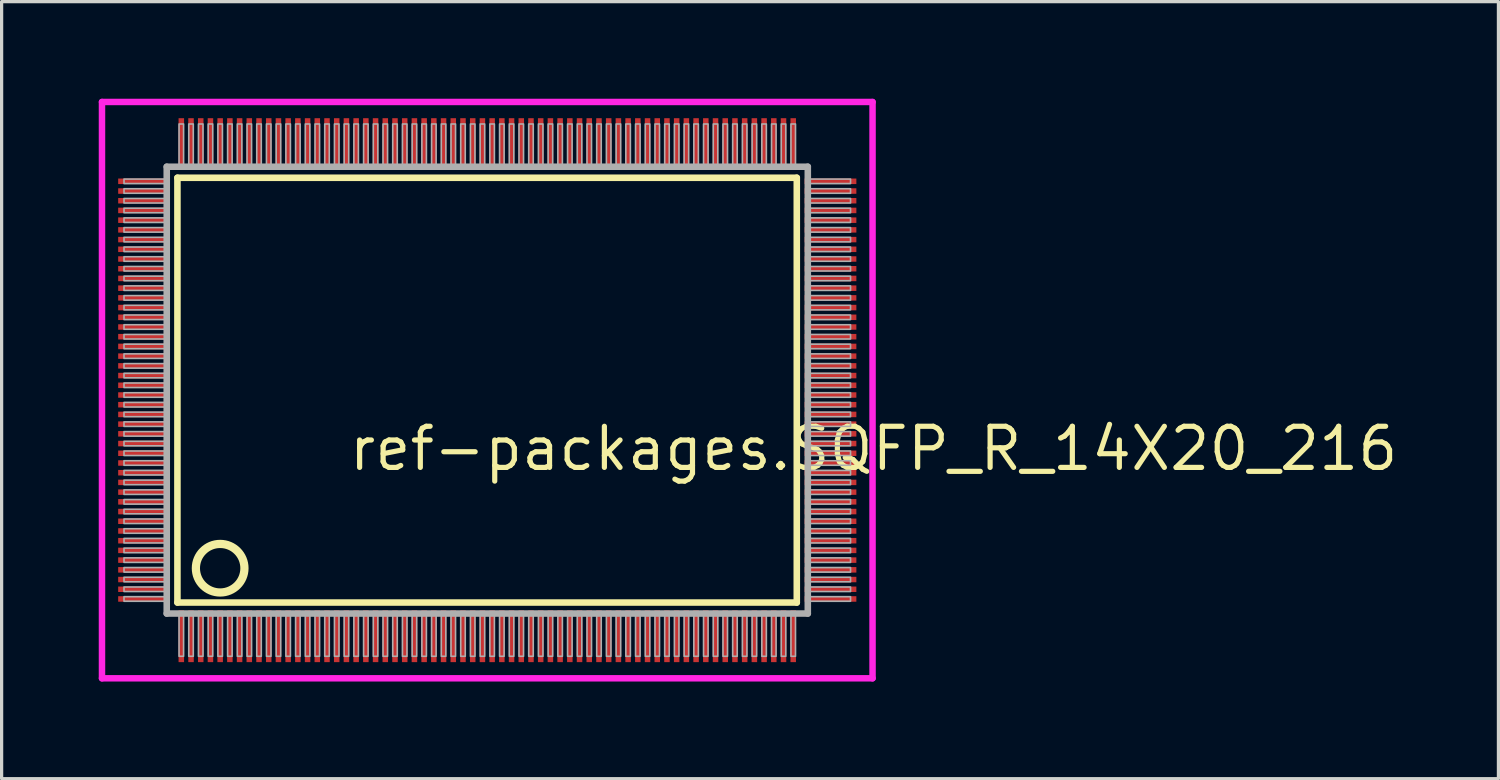
<source format=kicad_pcb>
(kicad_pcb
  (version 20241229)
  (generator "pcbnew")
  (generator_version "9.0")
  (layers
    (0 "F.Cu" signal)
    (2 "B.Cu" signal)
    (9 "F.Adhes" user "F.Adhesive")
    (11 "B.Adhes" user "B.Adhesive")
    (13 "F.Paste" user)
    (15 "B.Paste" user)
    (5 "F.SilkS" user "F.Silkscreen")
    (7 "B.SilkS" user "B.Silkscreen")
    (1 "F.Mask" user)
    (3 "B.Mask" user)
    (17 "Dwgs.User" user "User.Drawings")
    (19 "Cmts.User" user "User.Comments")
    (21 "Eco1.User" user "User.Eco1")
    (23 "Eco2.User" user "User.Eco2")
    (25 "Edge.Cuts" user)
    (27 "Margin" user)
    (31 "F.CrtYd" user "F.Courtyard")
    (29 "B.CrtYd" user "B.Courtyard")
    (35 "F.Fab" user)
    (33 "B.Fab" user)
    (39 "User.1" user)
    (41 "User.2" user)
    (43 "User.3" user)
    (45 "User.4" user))
  (footprint "ref-packages.SQFP_R_14X20_216"
    (layer "F.Cu")
    (at 12 9)
    (property "Reference" "ref-packages.SQFP_R_14X20_216" (at -4.35 2.55 0) (layer "F.SilkS") (effects (font (size 1.27 1.27) (thickness 0.16)) (justify left bottom)))
    (attr smd)
    (fp_line (start -9.57 -6.56) (end 9.56 -6.56) (stroke (width 0.203) (type default)) (layer "F.SilkS"))
    (fp_line (start -9.57 6.56) (end -9.57 -6.56) (stroke (width 0.203) (type default)) (layer "F.SilkS"))
    (fp_line (start 9.56 -6.56) (end 9.56 6.56) (stroke (width 0.203) (type default)) (layer "F.SilkS"))
    (fp_line (start 9.56 6.56) (end -9.57 6.56) (stroke (width 0.203) (type default)) (layer "F.SilkS"))
    (fp_circle (center -8.25 5.5) (end -7.5 5.5) (stroke (width 0.254) (type default)) (fill no) (layer "F.SilkS"))
    (fp_line (start -11.9 -8.9) (end 11.9 -8.9) (stroke (width 0.2) (type default)) (layer "F.CrtYd"))
    (fp_line (start -11.9 8.9) (end -11.9 -8.9) (stroke (width 0.2) (type default)) (layer "F.CrtYd"))
    (fp_line (start 11.9 -8.9) (end 11.9 8.9) (stroke (width 0.2) (type default)) (layer "F.CrtYd"))
    (fp_line (start 11.9 8.9) (end -11.9 8.9) (stroke (width 0.2) (type default)) (layer "F.CrtYd"))
    (fp_line (start -9.9 -6.9) (end -9.9 6.9) (stroke (width 0.203) (type default)) (layer "F.Fab"))
    (fp_line (start -9.9 6.9) (end 9.9 6.9) (stroke (width 0.203) (type default)) (layer "F.Fab"))
    (fp_line (start 9.9 -6.9) (end -9.9 -6.9) (stroke (width 0.203) (type default)) (layer "F.Fab"))
    (fp_line (start 9.9 6.9) (end 9.9 -6.9) (stroke (width 0.203) (type default)) (layer "F.Fab"))
    (fp_rect (start -11.22 -6.38) (end -9.95 -6.52) (stroke (width 0.05) (type default)) (fill no) (layer "F.Fab"))
    (fp_rect (start -11.22 -6.08) (end -9.95 -6.22) (stroke (width 0.05) (type default)) (fill no) (layer "F.Fab"))
    (fp_rect (start -11.22 -5.78) (end -9.95 -5.92) (stroke (width 0.05) (type default)) (fill no) (layer "F.Fab"))
    (fp_rect (start -11.22 -5.48) (end -9.95 -5.62) (stroke (width 0.05) (type default)) (fill no) (layer "F.Fab"))
    (fp_rect (start -11.22 -5.18) (end -9.95 -5.32) (stroke (width 0.05) (type default)) (fill no) (layer "F.Fab"))
    (fp_rect (start -11.22 -4.88) (end -9.95 -5.02) (stroke (width 0.05) (type default)) (fill no) (layer "F.Fab"))
    (fp_rect (start -11.22 -4.58) (end -9.95 -4.72) (stroke (width 0.05) (type default)) (fill no) (layer "F.Fab"))
    (fp_rect (start -11.22 -4.28) (end -9.95 -4.42) (stroke (width 0.05) (type default)) (fill no) (layer "F.Fab"))
    (fp_rect (start -11.22 -3.98) (end -9.95 -4.12) (stroke (width 0.05) (type default)) (fill no) (layer "F.Fab"))
    (fp_rect (start -11.22 -3.68) (end -9.95 -3.82) (stroke (width 0.05) (type default)) (fill no) (layer "F.Fab"))
    (fp_rect (start -11.22 -3.38) (end -9.95 -3.52) (stroke (width 0.05) (type default)) (fill no) (layer "F.Fab"))
    (fp_rect (start -11.22 -3.08) (end -9.95 -3.22) (stroke (width 0.05) (type default)) (fill no) (layer "F.Fab"))
    (fp_rect (start -11.22 -2.78) (end -9.95 -2.92) (stroke (width 0.05) (type default)) (fill no) (layer "F.Fab"))
    (fp_rect (start -11.22 -2.48) (end -9.95 -2.62) (stroke (width 0.05) (type default)) (fill no) (layer "F.Fab"))
    (fp_rect (start -11.22 -2.18) (end -9.95 -2.32) (stroke (width 0.05) (type default)) (fill no) (layer "F.Fab"))
    (fp_rect (start -11.22 -1.88) (end -9.95 -2.02) (stroke (width 0.05) (type default)) (fill no) (layer "F.Fab"))
    (fp_rect (start -11.22 -1.58) (end -9.95 -1.72) (stroke (width 0.05) (type default)) (fill no) (layer "F.Fab"))
    (fp_rect (start -11.22 -1.28) (end -9.95 -1.42) (stroke (width 0.05) (type default)) (fill no) (layer "F.Fab"))
    (fp_rect (start -11.22 -0.98) (end -9.95 -1.12) (stroke (width 0.05) (type default)) (fill no) (layer "F.Fab"))
    (fp_rect (start -11.22 -0.68) (end -9.95 -0.82) (stroke (width 0.05) (type default)) (fill no) (layer "F.Fab"))
    (fp_rect (start -11.22 -0.38) (end -9.95 -0.52) (stroke (width 0.05) (type default)) (fill no) (layer "F.Fab"))
    (fp_rect (start -11.22 -0.08) (end -9.95 -0.22) (stroke (width 0.05) (type default)) (fill no) (layer "F.Fab"))
    (fp_rect (start -11.22 0.22) (end -9.95 0.08) (stroke (width 0.05) (type default)) (fill no) (layer "F.Fab"))
    (fp_rect (start -11.22 0.52) (end -9.95 0.38) (stroke (width 0.05) (type default)) (fill no) (layer "F.Fab"))
    (fp_rect (start -11.22 0.82) (end -9.95 0.68) (stroke (width 0.05) (type default)) (fill no) (layer "F.Fab"))
    (fp_rect (start -11.22 1.12) (end -9.95 0.98) (stroke (width 0.05) (type default)) (fill no) (layer "F.Fab"))
    (fp_rect (start -11.22 1.42) (end -9.95 1.28) (stroke (width 0.05) (type default)) (fill no) (layer "F.Fab"))
    (fp_rect (start -11.22 1.72) (end -9.95 1.58) (stroke (width 0.05) (type default)) (fill no) (layer "F.Fab"))
    (fp_rect (start -11.22 2.02) (end -9.95 1.88) (stroke (width 0.05) (type default)) (fill no) (layer "F.Fab"))
    (fp_rect (start -11.22 2.32) (end -9.95 2.18) (stroke (width 0.05) (type default)) (fill no) (layer "F.Fab"))
    (fp_rect (start -11.22 2.62) (end -9.95 2.48) (stroke (width 0.05) (type default)) (fill no) (layer "F.Fab"))
    (fp_rect (start -11.22 2.92) (end -9.95 2.78) (stroke (width 0.05) (type default)) (fill no) (layer "F.Fab"))
    (fp_rect (start -11.22 3.22) (end -9.95 3.08) (stroke (width 0.05) (type default)) (fill no) (layer "F.Fab"))
    (fp_rect (start -11.22 3.52) (end -9.95 3.38) (stroke (width 0.05) (type default)) (fill no) (layer "F.Fab"))
    (fp_rect (start -11.22 3.82) (end -9.95 3.68) (stroke (width 0.05) (type default)) (fill no) (layer "F.Fab"))
    (fp_rect (start -11.22 4.12) (end -9.95 3.98) (stroke (width 0.05) (type default)) (fill no) (layer "F.Fab"))
    (fp_rect (start -11.22 4.42) (end -9.95 4.28) (stroke (width 0.05) (type default)) (fill no) (layer "F.Fab"))
    (fp_rect (start -11.22 4.72) (end -9.95 4.58) (stroke (width 0.05) (type default)) (fill no) (layer "F.Fab"))
    (fp_rect (start -11.22 5.02) (end -9.95 4.88) (stroke (width 0.05) (type default)) (fill no) (layer "F.Fab"))
    (fp_rect (start -11.22 5.32) (end -9.95 5.18) (stroke (width 0.05) (type default)) (fill no) (layer "F.Fab"))
    (fp_rect (start -11.22 5.62) (end -9.95 5.48) (stroke (width 0.05) (type default)) (fill no) (layer "F.Fab"))
    (fp_rect (start -11.22 5.92) (end -9.95 5.78) (stroke (width 0.05) (type default)) (fill no) (layer "F.Fab"))
    (fp_rect (start -11.22 6.22) (end -9.95 6.08) (stroke (width 0.05) (type default)) (fill no) (layer "F.Fab"))
    (fp_rect (start -11.22 6.52) (end -9.95 6.38) (stroke (width 0.05) (type default)) (fill no) (layer "F.Fab"))
    (fp_rect (start -9.52 -6.95) (end -9.38 -8.22) (stroke (width 0.05) (type default)) (fill no) (layer "F.Fab"))
    (fp_rect (start -9.52 8.22) (end -9.38 6.95) (stroke (width 0.05) (type default)) (fill no) (layer "F.Fab"))
    (fp_rect (start -9.22 -6.95) (end -9.08 -8.22) (stroke (width 0.05) (type default)) (fill no) (layer "F.Fab"))
    (fp_rect (start -9.22 8.22) (end -9.08 6.95) (stroke (width 0.05) (type default)) (fill no) (layer "F.Fab"))
    (fp_rect (start -8.92 -6.95) (end -8.78 -8.22) (stroke (width 0.05) (type default)) (fill no) (layer "F.Fab"))
    (fp_rect (start -8.92 8.22) (end -8.78 6.95) (stroke (width 0.05) (type default)) (fill no) (layer "F.Fab"))
    (fp_rect (start -8.62 -6.95) (end -8.48 -8.22) (stroke (width 0.05) (type default)) (fill no) (layer "F.Fab"))
    (fp_rect (start -8.62 8.22) (end -8.48 6.95) (stroke (width 0.05) (type default)) (fill no) (layer "F.Fab"))
    (fp_rect (start -8.32 -6.95) (end -8.18 -8.22) (stroke (width 0.05) (type default)) (fill no) (layer "F.Fab"))
    (fp_rect (start -8.32 8.22) (end -8.18 6.95) (stroke (width 0.05) (type default)) (fill no) (layer "F.Fab"))
    (fp_rect (start -8.02 -6.95) (end -7.88 -8.22) (stroke (width 0.05) (type default)) (fill no) (layer "F.Fab"))
    (fp_rect (start -8.02 8.22) (end -7.88 6.95) (stroke (width 0.05) (type default)) (fill no) (layer "F.Fab"))
    (fp_rect (start -7.72 -6.95) (end -7.58 -8.22) (stroke (width 0.05) (type default)) (fill no) (layer "F.Fab"))
    (fp_rect (start -7.72 8.22) (end -7.58 6.95) (stroke (width 0.05) (type default)) (fill no) (layer "F.Fab"))
    (fp_rect (start -7.42 -6.95) (end -7.28 -8.22) (stroke (width 0.05) (type default)) (fill no) (layer "F.Fab"))
    (fp_rect (start -7.42 8.22) (end -7.28 6.95) (stroke (width 0.05) (type default)) (fill no) (layer "F.Fab"))
    (fp_rect (start -7.12 -6.95) (end -6.98 -8.22) (stroke (width 0.05) (type default)) (fill no) (layer "F.Fab"))
    (fp_rect (start -7.12 8.22) (end -6.98 6.95) (stroke (width 0.05) (type default)) (fill no) (layer "F.Fab"))
    (fp_rect (start -6.82 -6.95) (end -6.68 -8.22) (stroke (width 0.05) (type default)) (fill no) (layer "F.Fab"))
    (fp_rect (start -6.82 8.22) (end -6.68 6.95) (stroke (width 0.05) (type default)) (fill no) (layer "F.Fab"))
    (fp_rect (start -6.52 -6.95) (end -6.38 -8.22) (stroke (width 0.05) (type default)) (fill no) (layer "F.Fab"))
    (fp_rect (start -6.52 8.22) (end -6.38 6.95) (stroke (width 0.05) (type default)) (fill no) (layer "F.Fab"))
    (fp_rect (start -6.22 -6.95) (end -6.08 -8.22) (stroke (width 0.05) (type default)) (fill no) (layer "F.Fab"))
    (fp_rect (start -6.22 8.22) (end -6.08 6.95) (stroke (width 0.05) (type default)) (fill no) (layer "F.Fab"))
    (fp_rect (start -5.92 -6.95) (end -5.78 -8.22) (stroke (width 0.05) (type default)) (fill no) (layer "F.Fab"))
    (fp_rect (start -5.92 8.22) (end -5.78 6.95) (stroke (width 0.05) (type default)) (fill no) (layer "F.Fab"))
    (fp_rect (start -5.62 -6.95) (end -5.48 -8.22) (stroke (width 0.05) (type default)) (fill no) (layer "F.Fab"))
    (fp_rect (start -5.62 8.22) (end -5.48 6.95) (stroke (width 0.05) (type default)) (fill no) (layer "F.Fab"))
    (fp_rect (start -5.32 -6.95) (end -5.18 -8.22) (stroke (width 0.05) (type default)) (fill no) (layer "F.Fab"))
    (fp_rect (start -5.32 8.22) (end -5.18 6.95) (stroke (width 0.05) (type default)) (fill no) (layer "F.Fab"))
    (fp_rect (start -5.02 -6.95) (end -4.88 -8.22) (stroke (width 0.05) (type default)) (fill no) (layer "F.Fab"))
    (fp_rect (start -5.02 8.22) (end -4.88 6.95) (stroke (width 0.05) (type default)) (fill no) (layer "F.Fab"))
    (fp_rect (start -4.72 -6.95) (end -4.58 -8.22) (stroke (width 0.05) (type default)) (fill no) (layer "F.Fab"))
    (fp_rect (start -4.72 8.22) (end -4.58 6.95) (stroke (width 0.05) (type default)) (fill no) (layer "F.Fab"))
    (fp_rect (start -4.42 -6.95) (end -4.28 -8.22) (stroke (width 0.05) (type default)) (fill no) (layer "F.Fab"))
    (fp_rect (start -4.42 8.22) (end -4.28 6.95) (stroke (width 0.05) (type default)) (fill no) (layer "F.Fab"))
    (fp_rect (start -4.12 -6.95) (end -3.98 -8.22) (stroke (width 0.05) (type default)) (fill no) (layer "F.Fab"))
    (fp_rect (start -4.12 8.22) (end -3.98 6.95) (stroke (width 0.05) (type default)) (fill no) (layer "F.Fab"))
    (fp_rect (start -3.82 -6.95) (end -3.68 -8.22) (stroke (width 0.05) (type default)) (fill no) (layer "F.Fab"))
    (fp_rect (start -3.82 8.22) (end -3.68 6.95) (stroke (width 0.05) (type default)) (fill no) (layer "F.Fab"))
    (fp_rect (start -3.52 -6.95) (end -3.38 -8.22) (stroke (width 0.05) (type default)) (fill no) (layer "F.Fab"))
    (fp_rect (start -3.52 8.22) (end -3.38 6.95) (stroke (width 0.05) (type default)) (fill no) (layer "F.Fab"))
    (fp_rect (start -3.22 -6.95) (end -3.08 -8.22) (stroke (width 0.05) (type default)) (fill no) (layer "F.Fab"))
    (fp_rect (start -3.22 8.22) (end -3.08 6.95) (stroke (width 0.05) (type default)) (fill no) (layer "F.Fab"))
    (fp_rect (start -2.92 -6.95) (end -2.78 -8.22) (stroke (width 0.05) (type default)) (fill no) (layer "F.Fab"))
    (fp_rect (start -2.92 8.22) (end -2.78 6.95) (stroke (width 0.05) (type default)) (fill no) (layer "F.Fab"))
    (fp_rect (start -2.62 -6.95) (end -2.48 -8.22) (stroke (width 0.05) (type default)) (fill no) (layer "F.Fab"))
    (fp_rect (start -2.62 8.22) (end -2.48 6.95) (stroke (width 0.05) (type default)) (fill no) (layer "F.Fab"))
    (fp_rect (start -2.32 -6.95) (end -2.18 -8.22) (stroke (width 0.05) (type default)) (fill no) (layer "F.Fab"))
    (fp_rect (start -2.32 8.22) (end -2.18 6.95) (stroke (width 0.05) (type default)) (fill no) (layer "F.Fab"))
    (fp_rect (start -2.02 -6.95) (end -1.88 -8.22) (stroke (width 0.05) (type default)) (fill no) (layer "F.Fab"))
    (fp_rect (start -2.02 8.22) (end -1.88 6.95) (stroke (width 0.05) (type default)) (fill no) (layer "F.Fab"))
    (fp_rect (start -1.72 -6.95) (end -1.58 -8.22) (stroke (width 0.05) (type default)) (fill no) (layer "F.Fab"))
    (fp_rect (start -1.72 8.22) (end -1.58 6.95) (stroke (width 0.05) (type default)) (fill no) (layer "F.Fab"))
    (fp_rect (start -1.42 -6.95) (end -1.28 -8.22) (stroke (width 0.05) (type default)) (fill no) (layer "F.Fab"))
    (fp_rect (start -1.42 8.22) (end -1.28 6.95) (stroke (width 0.05) (type default)) (fill no) (layer "F.Fab"))
    (fp_rect (start -1.12 -6.95) (end -0.98 -8.22) (stroke (width 0.05) (type default)) (fill no) (layer "F.Fab"))
    (fp_rect (start -1.12 8.22) (end -0.98 6.95) (stroke (width 0.05) (type default)) (fill no) (layer "F.Fab"))
    (fp_rect (start -0.82 -6.95) (end -0.68 -8.22) (stroke (width 0.05) (type default)) (fill no) (layer "F.Fab"))
    (fp_rect (start -0.82 8.22) (end -0.68 6.95) (stroke (width 0.05) (type default)) (fill no) (layer "F.Fab"))
    (fp_rect (start -0.52 -6.95) (end -0.38 -8.22) (stroke (width 0.05) (type default)) (fill no) (layer "F.Fab"))
    (fp_rect (start -0.52 8.22) (end -0.38 6.95) (stroke (width 0.05) (type default)) (fill no) (layer "F.Fab"))
    (fp_rect (start -0.22 -6.95) (end -0.08 -8.22) (stroke (width 0.05) (type default)) (fill no) (layer "F.Fab"))
    (fp_rect (start -0.22 8.22) (end -0.08 6.95) (stroke (width 0.05) (type default)) (fill no) (layer "F.Fab"))
    (fp_rect (start 0.08 -6.95) (end 0.22 -8.22) (stroke (width 0.05) (type default)) (fill no) (layer "F.Fab"))
    (fp_rect (start 0.08 8.22) (end 0.22 6.95) (stroke (width 0.05) (type default)) (fill no) (layer "F.Fab"))
    (fp_rect (start 0.38 -6.95) (end 0.52 -8.22) (stroke (width 0.05) (type default)) (fill no) (layer "F.Fab"))
    (fp_rect (start 0.38 8.22) (end 0.52 6.95) (stroke (width 0.05) (type default)) (fill no) (layer "F.Fab"))
    (fp_rect (start 0.68 -6.95) (end 0.82 -8.22) (stroke (width 0.05) (type default)) (fill no) (layer "F.Fab"))
    (fp_rect (start 0.68 8.22) (end 0.82 6.95) (stroke (width 0.05) (type default)) (fill no) (layer "F.Fab"))
    (fp_rect (start 0.98 -6.95) (end 1.12 -8.22) (stroke (width 0.05) (type default)) (fill no) (layer "F.Fab"))
    (fp_rect (start 0.98 8.22) (end 1.12 6.95) (stroke (width 0.05) (type default)) (fill no) (layer "F.Fab"))
    (fp_rect (start 1.28 -6.95) (end 1.42 -8.22) (stroke (width 0.05) (type default)) (fill no) (layer "F.Fab"))
    (fp_rect (start 1.28 8.22) (end 1.42 6.95) (stroke (width 0.05) (type default)) (fill no) (layer "F.Fab"))
    (fp_rect (start 1.58 -6.95) (end 1.72 -8.22) (stroke (width 0.05) (type default)) (fill no) (layer "F.Fab"))
    (fp_rect (start 1.58 8.22) (end 1.72 6.95) (stroke (width 0.05) (type default)) (fill no) (layer "F.Fab"))
    (fp_rect (start 1.88 -6.95) (end 2.02 -8.22) (stroke (width 0.05) (type default)) (fill no) (layer "F.Fab"))
    (fp_rect (start 1.88 8.22) (end 2.02 6.95) (stroke (width 0.05) (type default)) (fill no) (layer "F.Fab"))
    (fp_rect (start 2.18 -6.95) (end 2.32 -8.22) (stroke (width 0.05) (type default)) (fill no) (layer "F.Fab"))
    (fp_rect (start 2.18 8.22) (end 2.32 6.95) (stroke (width 0.05) (type default)) (fill no) (layer "F.Fab"))
    (fp_rect (start 2.48 -6.95) (end 2.62 -8.22) (stroke (width 0.05) (type default)) (fill no) (layer "F.Fab"))
    (fp_rect (start 2.48 8.22) (end 2.62 6.95) (stroke (width 0.05) (type default)) (fill no) (layer "F.Fab"))
    (fp_rect (start 2.78 -6.95) (end 2.92 -8.22) (stroke (width 0.05) (type default)) (fill no) (layer "F.Fab"))
    (fp_rect (start 2.78 8.22) (end 2.92 6.95) (stroke (width 0.05) (type default)) (fill no) (layer "F.Fab"))
    (fp_rect (start 3.08 -6.95) (end 3.22 -8.22) (stroke (width 0.05) (type default)) (fill no) (layer "F.Fab"))
    (fp_rect (start 3.08 8.22) (end 3.22 6.95) (stroke (width 0.05) (type default)) (fill no) (layer "F.Fab"))
    (fp_rect (start 3.38 -6.95) (end 3.52 -8.22) (stroke (width 0.05) (type default)) (fill no) (layer "F.Fab"))
    (fp_rect (start 3.38 8.22) (end 3.52 6.95) (stroke (width 0.05) (type default)) (fill no) (layer "F.Fab"))
    (fp_rect (start 3.68 -6.95) (end 3.82 -8.22) (stroke (width 0.05) (type default)) (fill no) (layer "F.Fab"))
    (fp_rect (start 3.68 8.22) (end 3.82 6.95) (stroke (width 0.05) (type default)) (fill no) (layer "F.Fab"))
    (fp_rect (start 3.98 -6.95) (end 4.12 -8.22) (stroke (width 0.05) (type default)) (fill no) (layer "F.Fab"))
    (fp_rect (start 3.98 8.22) (end 4.12 6.95) (stroke (width 0.05) (type default)) (fill no) (layer "F.Fab"))
    (fp_rect (start 4.28 -6.95) (end 4.42 -8.22) (stroke (width 0.05) (type default)) (fill no) (layer "F.Fab"))
    (fp_rect (start 4.28 8.22) (end 4.42 6.95) (stroke (width 0.05) (type default)) (fill no) (layer "F.Fab"))
    (fp_rect (start 4.58 -6.95) (end 4.72 -8.22) (stroke (width 0.05) (type default)) (fill no) (layer "F.Fab"))
    (fp_rect (start 4.58 8.22) (end 4.72 6.95) (stroke (width 0.05) (type default)) (fill no) (layer "F.Fab"))
    (fp_rect (start 4.88 -6.95) (end 5.02 -8.22) (stroke (width 0.05) (type default)) (fill no) (layer "F.Fab"))
    (fp_rect (start 4.88 8.22) (end 5.02 6.95) (stroke (width 0.05) (type default)) (fill no) (layer "F.Fab"))
    (fp_rect (start 5.18 -6.95) (end 5.32 -8.22) (stroke (width 0.05) (type default)) (fill no) (layer "F.Fab"))
    (fp_rect (start 5.18 8.22) (end 5.32 6.95) (stroke (width 0.05) (type default)) (fill no) (layer "F.Fab"))
    (fp_rect (start 5.48 -6.95) (end 5.62 -8.22) (stroke (width 0.05) (type default)) (fill no) (layer "F.Fab"))
    (fp_rect (start 5.48 8.22) (end 5.62 6.95) (stroke (width 0.05) (type default)) (fill no) (layer "F.Fab"))
    (fp_rect (start 5.78 -6.95) (end 5.92 -8.22) (stroke (width 0.05) (type default)) (fill no) (layer "F.Fab"))
    (fp_rect (start 5.78 8.22) (end 5.92 6.95) (stroke (width 0.05) (type default)) (fill no) (layer "F.Fab"))
    (fp_rect (start 6.08 -6.95) (end 6.22 -8.22) (stroke (width 0.05) (type default)) (fill no) (layer "F.Fab"))
    (fp_rect (start 6.08 8.22) (end 6.22 6.95) (stroke (width 0.05) (type default)) (fill no) (layer "F.Fab"))
    (fp_rect (start 6.38 -6.95) (end 6.52 -8.22) (stroke (width 0.05) (type default)) (fill no) (layer "F.Fab"))
    (fp_rect (start 6.38 8.22) (end 6.52 6.95) (stroke (width 0.05) (type default)) (fill no) (layer "F.Fab"))
    (fp_rect (start 6.68 -6.95) (end 6.82 -8.22) (stroke (width 0.05) (type default)) (fill no) (layer "F.Fab"))
    (fp_rect (start 6.68 8.22) (end 6.82 6.95) (stroke (width 0.05) (type default)) (fill no) (layer "F.Fab"))
    (fp_rect (start 6.98 -6.95) (end 7.12 -8.22) (stroke (width 0.05) (type default)) (fill no) (layer "F.Fab"))
    (fp_rect (start 6.98 8.22) (end 7.12 6.95) (stroke (width 0.05) (type default)) (fill no) (layer "F.Fab"))
    (fp_rect (start 7.28 -6.95) (end 7.42 -8.22) (stroke (width 0.05) (type default)) (fill no) (layer "F.Fab"))
    (fp_rect (start 7.28 8.22) (end 7.42 6.95) (stroke (width 0.05) (type default)) (fill no) (layer "F.Fab"))
    (fp_rect (start 7.58 -6.95) (end 7.72 -8.22) (stroke (width 0.05) (type default)) (fill no) (layer "F.Fab"))
    (fp_rect (start 7.58 8.22) (end 7.72 6.95) (stroke (width 0.05) (type default)) (fill no) (layer "F.Fab"))
    (fp_rect (start 7.88 -6.95) (end 8.02 -8.22) (stroke (width 0.05) (type default)) (fill no) (layer "F.Fab"))
    (fp_rect (start 7.88 8.22) (end 8.02 6.95) (stroke (width 0.05) (type default)) (fill no) (layer "F.Fab"))
    (fp_rect (start 8.18 -6.95) (end 8.32 -8.22) (stroke (width 0.05) (type default)) (fill no) (layer "F.Fab"))
    (fp_rect (start 8.18 8.22) (end 8.32 6.95) (stroke (width 0.05) (type default)) (fill no) (layer "F.Fab"))
    (fp_rect (start 8.48 -6.95) (end 8.62 -8.22) (stroke (width 0.05) (type default)) (fill no) (layer "F.Fab"))
    (fp_rect (start 8.48 8.22) (end 8.62 6.95) (stroke (width 0.05) (type default)) (fill no) (layer "F.Fab"))
    (fp_rect (start 8.78 -6.95) (end 8.92 -8.22) (stroke (width 0.05) (type default)) (fill no) (layer "F.Fab"))
    (fp_rect (start 8.78 8.22) (end 8.92 6.95) (stroke (width 0.05) (type default)) (fill no) (layer "F.Fab"))
    (fp_rect (start 9.08 -6.95) (end 9.22 -8.22) (stroke (width 0.05) (type default)) (fill no) (layer "F.Fab"))
    (fp_rect (start 9.08 8.22) (end 9.22 6.95) (stroke (width 0.05) (type default)) (fill no) (layer "F.Fab"))
    (fp_rect (start 9.38 -6.95) (end 9.52 -8.22) (stroke (width 0.05) (type default)) (fill no) (layer "F.Fab"))
    (fp_rect (start 9.38 8.22) (end 9.52 6.95) (stroke (width 0.05) (type default)) (fill no) (layer "F.Fab"))
    (fp_rect (start 9.95 -6.38) (end 11.22 -6.52) (stroke (width 0.05) (type default)) (fill no) (layer "F.Fab"))
    (fp_rect (start 9.95 -6.08) (end 11.22 -6.22) (stroke (width 0.05) (type default)) (fill no) (layer "F.Fab"))
    (fp_rect (start 9.95 -5.78) (end 11.22 -5.92) (stroke (width 0.05) (type default)) (fill no) (layer "F.Fab"))
    (fp_rect (start 9.95 -5.48) (end 11.22 -5.62) (stroke (width 0.05) (type default)) (fill no) (layer "F.Fab"))
    (fp_rect (start 9.95 -5.18) (end 11.22 -5.32) (stroke (width 0.05) (type default)) (fill no) (layer "F.Fab"))
    (fp_rect (start 9.95 -4.88) (end 11.22 -5.02) (stroke (width 0.05) (type default)) (fill no) (layer "F.Fab"))
    (fp_rect (start 9.95 -4.58) (end 11.22 -4.72) (stroke (width 0.05) (type default)) (fill no) (layer "F.Fab"))
    (fp_rect (start 9.95 -4.28) (end 11.22 -4.42) (stroke (width 0.05) (type default)) (fill no) (layer "F.Fab"))
    (fp_rect (start 9.95 -3.98) (end 11.22 -4.12) (stroke (width 0.05) (type default)) (fill no) (layer "F.Fab"))
    (fp_rect (start 9.95 -3.68) (end 11.22 -3.82) (stroke (width 0.05) (type default)) (fill no) (layer "F.Fab"))
    (fp_rect (start 9.95 -3.38) (end 11.22 -3.52) (stroke (width 0.05) (type default)) (fill no) (layer "F.Fab"))
    (fp_rect (start 9.95 -3.08) (end 11.22 -3.22) (stroke (width 0.05) (type default)) (fill no) (layer "F.Fab"))
    (fp_rect (start 9.95 -2.78) (end 11.22 -2.92) (stroke (width 0.05) (type default)) (fill no) (layer "F.Fab"))
    (fp_rect (start 9.95 -2.48) (end 11.22 -2.62) (stroke (width 0.05) (type default)) (fill no) (layer "F.Fab"))
    (fp_rect (start 9.95 -2.18) (end 11.22 -2.32) (stroke (width 0.05) (type default)) (fill no) (layer "F.Fab"))
    (fp_rect (start 9.95 -1.88) (end 11.22 -2.02) (stroke (width 0.05) (type default)) (fill no) (layer "F.Fab"))
    (fp_rect (start 9.95 -1.58) (end 11.22 -1.72) (stroke (width 0.05) (type default)) (fill no) (layer "F.Fab"))
    (fp_rect (start 9.95 -1.28) (end 11.22 -1.42) (stroke (width 0.05) (type default)) (fill no) (layer "F.Fab"))
    (fp_rect (start 9.95 -0.98) (end 11.22 -1.12) (stroke (width 0.05) (type default)) (fill no) (layer "F.Fab"))
    (fp_rect (start 9.95 -0.68) (end 11.22 -0.82) (stroke (width 0.05) (type default)) (fill no) (layer "F.Fab"))
    (fp_rect (start 9.95 -0.38) (end 11.22 -0.52) (stroke (width 0.05) (type default)) (fill no) (layer "F.Fab"))
    (fp_rect (start 9.95 -0.08) (end 11.22 -0.22) (stroke (width 0.05) (type default)) (fill no) (layer "F.Fab"))
    (fp_rect (start 9.95 0.22) (end 11.22 0.08) (stroke (width 0.05) (type default)) (fill no) (layer "F.Fab"))
    (fp_rect (start 9.95 0.52) (end 11.22 0.38) (stroke (width 0.05) (type default)) (fill no) (layer "F.Fab"))
    (fp_rect (start 9.95 0.82) (end 11.22 0.68) (stroke (width 0.05) (type default)) (fill no) (layer "F.Fab"))
    (fp_rect (start 9.95 1.12) (end 11.22 0.98) (stroke (width 0.05) (type default)) (fill no) (layer "F.Fab"))
    (fp_rect (start 9.95 1.42) (end 11.22 1.28) (stroke (width 0.05) (type default)) (fill no) (layer "F.Fab"))
    (fp_rect (start 9.95 1.72) (end 11.22 1.58) (stroke (width 0.05) (type default)) (fill no) (layer "F.Fab"))
    (fp_rect (start 9.95 2.02) (end 11.22 1.88) (stroke (width 0.05) (type default)) (fill no) (layer "F.Fab"))
    (fp_rect (start 9.95 2.32) (end 11.22 2.18) (stroke (width 0.05) (type default)) (fill no) (layer "F.Fab"))
    (fp_rect (start 9.95 2.62) (end 11.22 2.48) (stroke (width 0.05) (type default)) (fill no) (layer "F.Fab"))
    (fp_rect (start 9.95 2.92) (end 11.22 2.78) (stroke (width 0.05) (type default)) (fill no) (layer "F.Fab"))
    (fp_rect (start 9.95 3.22) (end 11.22 3.08) (stroke (width 0.05) (type default)) (fill no) (layer "F.Fab"))
    (fp_rect (start 9.95 3.52) (end 11.22 3.38) (stroke (width 0.05) (type default)) (fill no) (layer "F.Fab"))
    (fp_rect (start 9.95 3.82) (end 11.22 3.68) (stroke (width 0.05) (type default)) (fill no) (layer "F.Fab"))
    (fp_rect (start 9.95 4.12) (end 11.22 3.98) (stroke (width 0.05) (type default)) (fill no) (layer "F.Fab"))
    (fp_rect (start 9.95 4.42) (end 11.22 4.28) (stroke (width 0.05) (type default)) (fill no) (layer "F.Fab"))
    (fp_rect (start 9.95 4.72) (end 11.22 4.58) (stroke (width 0.05) (type default)) (fill no) (layer "F.Fab"))
    (fp_rect (start 9.95 5.02) (end 11.22 4.88) (stroke (width 0.05) (type default)) (fill no) (layer "F.Fab"))
    (fp_rect (start 9.95 5.32) (end 11.22 5.18) (stroke (width 0.05) (type default)) (fill no) (layer "F.Fab"))
    (fp_rect (start 9.95 5.62) (end 11.22 5.48) (stroke (width 0.05) (type default)) (fill no) (layer "F.Fab"))
    (fp_rect (start 9.95 5.92) (end 11.22 5.78) (stroke (width 0.05) (type default)) (fill no) (layer "F.Fab"))
    (fp_rect (start 9.95 6.22) (end 11.22 6.08) (stroke (width 0.05) (type default)) (fill no) (layer "F.Fab"))
    (fp_rect (start 9.95 6.52) (end 11.22 6.38) (stroke (width 0.05) (type default)) (fill no) (layer "F.Fab"))
    (pad "1" smd roundrect (at -9.45 7.6) (size 0.17 1.6) (layers "F.Cu" "F.Mask" "F.Paste") (roundrect_rratio 0.01))
    (pad "2" smd roundrect (at -9.15 7.6) (size 0.17 1.6) (layers "F.Cu" "F.Mask" "F.Paste") (roundrect_rratio 0.01))
    (pad "3" smd roundrect (at -8.85 7.6) (size 0.17 1.6) (layers "F.Cu" "F.Mask" "F.Paste") (roundrect_rratio 0.01))
    (pad "4" smd roundrect (at -8.55 7.6) (size 0.17 1.6) (layers "F.Cu" "F.Mask" "F.Paste") (roundrect_rratio 0.01))
    (pad "5" smd roundrect (at -8.25 7.6) (size 0.17 1.6) (layers "F.Cu" "F.Mask" "F.Paste") (roundrect_rratio 0.01))
    (pad "6" smd roundrect (at -7.95 7.6) (size 0.17 1.6) (layers "F.Cu" "F.Mask" "F.Paste") (roundrect_rratio 0.01))
    (pad "7" smd roundrect (at -7.65 7.6) (size 0.17 1.6) (layers "F.Cu" "F.Mask" "F.Paste") (roundrect_rratio 0.01))
    (pad "8" smd roundrect (at -7.35 7.6) (size 0.17 1.6) (layers "F.Cu" "F.Mask" "F.Paste") (roundrect_rratio 0.01))
    (pad "9" smd roundrect (at -7.05 7.6) (size 0.17 1.6) (layers "F.Cu" "F.Mask" "F.Paste") (roundrect_rratio 0.01))
    (pad "10" smd roundrect (at -6.75 7.6) (size 0.17 1.6) (layers "F.Cu" "F.Mask" "F.Paste") (roundrect_rratio 0.01))
    (pad "11" smd roundrect (at -6.45 7.6) (size 0.17 1.6) (layers "F.Cu" "F.Mask" "F.Paste") (roundrect_rratio 0.01))
    (pad "12" smd roundrect (at -6.15 7.6) (size 0.17 1.6) (layers "F.Cu" "F.Mask" "F.Paste") (roundrect_rratio 0.01))
    (pad "13" smd roundrect (at -5.85 7.6) (size 0.17 1.6) (layers "F.Cu" "F.Mask" "F.Paste") (roundrect_rratio 0.01))
    (pad "14" smd roundrect (at -5.55 7.6) (size 0.17 1.6) (layers "F.Cu" "F.Mask" "F.Paste") (roundrect_rratio 0.01))
    (pad "15" smd roundrect (at -5.25 7.6) (size 0.17 1.6) (layers "F.Cu" "F.Mask" "F.Paste") (roundrect_rratio 0.01))
    (pad "16" smd roundrect (at -4.95 7.6) (size 0.17 1.6) (layers "F.Cu" "F.Mask" "F.Paste") (roundrect_rratio 0.01))
    (pad "17" smd roundrect (at -4.65 7.6) (size 0.17 1.6) (layers "F.Cu" "F.Mask" "F.Paste") (roundrect_rratio 0.01))
    (pad "18" smd roundrect (at -4.35 7.6) (size 0.17 1.6) (layers "F.Cu" "F.Mask" "F.Paste") (roundrect_rratio 0.01))
    (pad "19" smd roundrect (at -4.05 7.6) (size 0.17 1.6) (layers "F.Cu" "F.Mask" "F.Paste") (roundrect_rratio 0.01))
    (pad "20" smd roundrect (at -3.75 7.6) (size 0.17 1.6) (layers "F.Cu" "F.Mask" "F.Paste") (roundrect_rratio 0.01))
    (pad "21" smd roundrect (at -3.45 7.6) (size 0.17 1.6) (layers "F.Cu" "F.Mask" "F.Paste") (roundrect_rratio 0.01))
    (pad "22" smd roundrect (at -3.15 7.6) (size 0.17 1.6) (layers "F.Cu" "F.Mask" "F.Paste") (roundrect_rratio 0.01))
    (pad "23" smd roundrect (at -2.85 7.6) (size 0.17 1.6) (layers "F.Cu" "F.Mask" "F.Paste") (roundrect_rratio 0.01))
    (pad "24" smd roundrect (at -2.55 7.6) (size 0.17 1.6) (layers "F.Cu" "F.Mask" "F.Paste") (roundrect_rratio 0.01))
    (pad "25" smd roundrect (at -2.25 7.6) (size 0.17 1.6) (layers "F.Cu" "F.Mask" "F.Paste") (roundrect_rratio 0.01))
    (pad "26" smd roundrect (at -1.95 7.6) (size 0.17 1.6) (layers "F.Cu" "F.Mask" "F.Paste") (roundrect_rratio 0.01))
    (pad "27" smd roundrect (at -1.65 7.6) (size 0.17 1.6) (layers "F.Cu" "F.Mask" "F.Paste") (roundrect_rratio 0.01))
    (pad "28" smd roundrect (at -1.35 7.6) (size 0.17 1.6) (layers "F.Cu" "F.Mask" "F.Paste") (roundrect_rratio 0.01))
    (pad "29" smd roundrect (at -1.05 7.6) (size 0.17 1.6) (layers "F.Cu" "F.Mask" "F.Paste") (roundrect_rratio 0.01))
    (pad "30" smd roundrect (at -0.75 7.6) (size 0.17 1.6) (layers "F.Cu" "F.Mask" "F.Paste") (roundrect_rratio 0.01))
    (pad "31" smd roundrect (at -0.45 7.6) (size 0.17 1.6) (layers "F.Cu" "F.Mask" "F.Paste") (roundrect_rratio 0.01))
    (pad "32" smd roundrect (at -0.15 7.6) (size 0.17 1.6) (layers "F.Cu" "F.Mask" "F.Paste") (roundrect_rratio 0.01))
    (pad "33" smd roundrect (at 0.15 7.6) (size 0.17 1.6) (layers "F.Cu" "F.Mask" "F.Paste") (roundrect_rratio 0.01))
    (pad "34" smd roundrect (at 0.45 7.6) (size 0.17 1.6) (layers "F.Cu" "F.Mask" "F.Paste") (roundrect_rratio 0.01))
    (pad "35" smd roundrect (at 0.75 7.6) (size 0.17 1.6) (layers "F.Cu" "F.Mask" "F.Paste") (roundrect_rratio 0.01))
    (pad "36" smd roundrect (at 1.05 7.6) (size 0.17 1.6) (layers "F.Cu" "F.Mask" "F.Paste") (roundrect_rratio 0.01))
    (pad "37" smd roundrect (at 1.35 7.6) (size 0.17 1.6) (layers "F.Cu" "F.Mask" "F.Paste") (roundrect_rratio 0.01))
    (pad "38" smd roundrect (at 1.65 7.6) (size 0.17 1.6) (layers "F.Cu" "F.Mask" "F.Paste") (roundrect_rratio 0.01))
    (pad "39" smd roundrect (at 1.95 7.6) (size 0.17 1.6) (layers "F.Cu" "F.Mask" "F.Paste") (roundrect_rratio 0.01))
    (pad "40" smd roundrect (at 2.25 7.6) (size 0.17 1.6) (layers "F.Cu" "F.Mask" "F.Paste") (roundrect_rratio 0.01))
    (pad "41" smd roundrect (at 2.55 7.6) (size 0.17 1.6) (layers "F.Cu" "F.Mask" "F.Paste") (roundrect_rratio 0.01))
    (pad "42" smd roundrect (at 2.85 7.6) (size 0.17 1.6) (layers "F.Cu" "F.Mask" "F.Paste") (roundrect_rratio 0.01))
    (pad "43" smd roundrect (at 3.15 7.6) (size 0.17 1.6) (layers "F.Cu" "F.Mask" "F.Paste") (roundrect_rratio 0.01))
    (pad "44" smd roundrect (at 3.45 7.6) (size 0.17 1.6) (layers "F.Cu" "F.Mask" "F.Paste") (roundrect_rratio 0.01))
    (pad "45" smd roundrect (at 3.75 7.6) (size 0.17 1.6) (layers "F.Cu" "F.Mask" "F.Paste") (roundrect_rratio 0.01))
    (pad "46" smd roundrect (at 4.05 7.6) (size 0.17 1.6) (layers "F.Cu" "F.Mask" "F.Paste") (roundrect_rratio 0.01))
    (pad "47" smd roundrect (at 4.35 7.6) (size 0.17 1.6) (layers "F.Cu" "F.Mask" "F.Paste") (roundrect_rratio 0.01))
    (pad "48" smd roundrect (at 4.65 7.6) (size 0.17 1.6) (layers "F.Cu" "F.Mask" "F.Paste") (roundrect_rratio 0.01))
    (pad "49" smd roundrect (at 4.95 7.6) (size 0.17 1.6) (layers "F.Cu" "F.Mask" "F.Paste") (roundrect_rratio 0.01))
    (pad "50" smd roundrect (at 5.25 7.6) (size 0.17 1.6) (layers "F.Cu" "F.Mask" "F.Paste") (roundrect_rratio 0.01))
    (pad "51" smd roundrect (at 5.55 7.6) (size 0.17 1.6) (layers "F.Cu" "F.Mask" "F.Paste") (roundrect_rratio 0.01))
    (pad "52" smd roundrect (at 5.85 7.6) (size 0.17 1.6) (layers "F.Cu" "F.Mask" "F.Paste") (roundrect_rratio 0.01))
    (pad "53" smd roundrect (at 6.15 7.6) (size 0.17 1.6) (layers "F.Cu" "F.Mask" "F.Paste") (roundrect_rratio 0.01))
    (pad "54" smd roundrect (at 6.45 7.6) (size 0.17 1.6) (layers "F.Cu" "F.Mask" "F.Paste") (roundrect_rratio 0.01))
    (pad "55" smd roundrect (at 6.75 7.6) (size 0.17 1.6) (layers "F.Cu" "F.Mask" "F.Paste") (roundrect_rratio 0.01))
    (pad "56" smd roundrect (at 7.05 7.6) (size 0.17 1.6) (layers "F.Cu" "F.Mask" "F.Paste") (roundrect_rratio 0.01))
    (pad "57" smd roundrect (at 7.35 7.6) (size 0.17 1.6) (layers "F.Cu" "F.Mask" "F.Paste") (roundrect_rratio 0.01))
    (pad "58" smd roundrect (at 7.65 7.6) (size 0.17 1.6) (layers "F.Cu" "F.Mask" "F.Paste") (roundrect_rratio 0.01))
    (pad "59" smd roundrect (at 7.95 7.6) (size 0.17 1.6) (layers "F.Cu" "F.Mask" "F.Paste") (roundrect_rratio 0.01))
    (pad "60" smd roundrect (at 8.25 7.6) (size 0.17 1.6) (layers "F.Cu" "F.Mask" "F.Paste") (roundrect_rratio 0.01))
    (pad "61" smd roundrect (at 8.55 7.6) (size 0.17 1.6) (layers "F.Cu" "F.Mask" "F.Paste") (roundrect_rratio 0.01))
    (pad "62" smd roundrect (at 8.85 7.6) (size 0.17 1.6) (layers "F.Cu" "F.Mask" "F.Paste") (roundrect_rratio 0.01))
    (pad "63" smd roundrect (at 9.15 7.6) (size 0.17 1.6) (layers "F.Cu" "F.Mask" "F.Paste") (roundrect_rratio 0.01))
    (pad "64" smd roundrect (at 9.45 7.6) (size 0.17 1.6) (layers "F.Cu" "F.Mask" "F.Paste") (roundrect_rratio 0.01))
    (pad "65" smd roundrect (at 10.6 6.45) (size 1.6 0.17) (layers "F.Cu" "F.Mask" "F.Paste") (roundrect_rratio 0.01))
    (pad "66" smd roundrect (at 10.6 6.15) (size 1.6 0.17) (layers "F.Cu" "F.Mask" "F.Paste") (roundrect_rratio 0.01))
    (pad "67" smd roundrect (at 10.6 5.85) (size 1.6 0.17) (layers "F.Cu" "F.Mask" "F.Paste") (roundrect_rratio 0.01))
    (pad "68" smd roundrect (at 10.6 5.55) (size 1.6 0.17) (layers "F.Cu" "F.Mask" "F.Paste") (roundrect_rratio 0.01))
    (pad "69" smd roundrect (at 10.6 5.25) (size 1.6 0.17) (layers "F.Cu" "F.Mask" "F.Paste") (roundrect_rratio 0.01))
    (pad "70" smd roundrect (at 10.6 4.95) (size 1.6 0.17) (layers "F.Cu" "F.Mask" "F.Paste") (roundrect_rratio 0.01))
    (pad "71" smd roundrect (at 10.6 4.65) (size 1.6 0.17) (layers "F.Cu" "F.Mask" "F.Paste") (roundrect_rratio 0.01))
    (pad "72" smd roundrect (at 10.6 4.35) (size 1.6 0.17) (layers "F.Cu" "F.Mask" "F.Paste") (roundrect_rratio 0.01))
    (pad "73" smd roundrect (at 10.6 4.05) (size 1.6 0.17) (layers "F.Cu" "F.Mask" "F.Paste") (roundrect_rratio 0.01))
    (pad "74" smd roundrect (at 10.6 3.75) (size 1.6 0.17) (layers "F.Cu" "F.Mask" "F.Paste") (roundrect_rratio 0.01))
    (pad "75" smd roundrect (at 10.6 3.45) (size 1.6 0.17) (layers "F.Cu" "F.Mask" "F.Paste") (roundrect_rratio 0.01))
    (pad "76" smd roundrect (at 10.6 3.15) (size 1.6 0.17) (layers "F.Cu" "F.Mask" "F.Paste") (roundrect_rratio 0.01))
    (pad "77" smd roundrect (at 10.6 2.85) (size 1.6 0.17) (layers "F.Cu" "F.Mask" "F.Paste") (roundrect_rratio 0.01))
    (pad "78" smd roundrect (at 10.6 2.55) (size 1.6 0.17) (layers "F.Cu" "F.Mask" "F.Paste") (roundrect_rratio 0.01))
    (pad "79" smd roundrect (at 10.6 2.25) (size 1.6 0.17) (layers "F.Cu" "F.Mask" "F.Paste") (roundrect_rratio 0.01))
    (pad "80" smd roundrect (at 10.6 1.95) (size 1.6 0.17) (layers "F.Cu" "F.Mask" "F.Paste") (roundrect_rratio 0.01))
    (pad "81" smd roundrect (at 10.6 1.65) (size 1.6 0.17) (layers "F.Cu" "F.Mask" "F.Paste") (roundrect_rratio 0.01))
    (pad "82" smd roundrect (at 10.6 1.35) (size 1.6 0.17) (layers "F.Cu" "F.Mask" "F.Paste") (roundrect_rratio 0.01))
    (pad "83" smd roundrect (at 10.6 1.05) (size 1.6 0.17) (layers "F.Cu" "F.Mask" "F.Paste") (roundrect_rratio 0.01))
    (pad "84" smd roundrect (at 10.6 0.75) (size 1.6 0.17) (layers "F.Cu" "F.Mask" "F.Paste") (roundrect_rratio 0.01))
    (pad "85" smd roundrect (at 10.6 0.45) (size 1.6 0.17) (layers "F.Cu" "F.Mask" "F.Paste") (roundrect_rratio 0.01))
    (pad "86" smd roundrect (at 10.6 0.15) (size 1.6 0.17) (layers "F.Cu" "F.Mask" "F.Paste") (roundrect_rratio 0.01))
    (pad "87" smd roundrect (at 10.6 -0.15) (size 1.6 0.17) (layers "F.Cu" "F.Mask" "F.Paste") (roundrect_rratio 0.01))
    (pad "88" smd roundrect (at 10.6 -0.45) (size 1.6 0.17) (layers "F.Cu" "F.Mask" "F.Paste") (roundrect_rratio 0.01))
    (pad "89" smd roundrect (at 10.6 -0.75) (size 1.6 0.17) (layers "F.Cu" "F.Mask" "F.Paste") (roundrect_rratio 0.01))
    (pad "90" smd roundrect (at 10.6 -1.05) (size 1.6 0.17) (layers "F.Cu" "F.Mask" "F.Paste") (roundrect_rratio 0.01))
    (pad "91" smd roundrect (at 10.6 -1.35) (size 1.6 0.17) (layers "F.Cu" "F.Mask" "F.Paste") (roundrect_rratio 0.01))
    (pad "92" smd roundrect (at 10.6 -1.65) (size 1.6 0.17) (layers "F.Cu" "F.Mask" "F.Paste") (roundrect_rratio 0.01))
    (pad "93" smd roundrect (at 10.6 -1.95) (size 1.6 0.17) (layers "F.Cu" "F.Mask" "F.Paste") (roundrect_rratio 0.01))
    (pad "94" smd roundrect (at 10.6 -2.25) (size 1.6 0.17) (layers "F.Cu" "F.Mask" "F.Paste") (roundrect_rratio 0.01))
    (pad "95" smd roundrect (at 10.6 -2.55) (size 1.6 0.17) (layers "F.Cu" "F.Mask" "F.Paste") (roundrect_rratio 0.01))
    (pad "96" smd roundrect (at 10.6 -2.85) (size 1.6 0.17) (layers "F.Cu" "F.Mask" "F.Paste") (roundrect_rratio 0.01))
    (pad "97" smd roundrect (at 10.6 -3.15) (size 1.6 0.17) (layers "F.Cu" "F.Mask" "F.Paste") (roundrect_rratio 0.01))
    (pad "98" smd roundrect (at 10.6 -3.45) (size 1.6 0.17) (layers "F.Cu" "F.Mask" "F.Paste") (roundrect_rratio 0.01))
    (pad "99" smd roundrect (at 10.6 -3.75) (size 1.6 0.17) (layers "F.Cu" "F.Mask" "F.Paste") (roundrect_rratio 0.01))
    (pad "100" smd roundrect (at 10.6 -4.05) (size 1.6 0.17) (layers "F.Cu" "F.Mask" "F.Paste") (roundrect_rratio 0.01))
    (pad "101" smd roundrect (at 10.6 -4.35) (size 1.6 0.17) (layers "F.Cu" "F.Mask" "F.Paste") (roundrect_rratio 0.01))
    (pad "102" smd roundrect (at 10.6 -4.65) (size 1.6 0.17) (layers "F.Cu" "F.Mask" "F.Paste") (roundrect_rratio 0.01))
    (pad "103" smd roundrect (at 10.6 -4.95) (size 1.6 0.17) (layers "F.Cu" "F.Mask" "F.Paste") (roundrect_rratio 0.01))
    (pad "104" smd roundrect (at 10.6 -5.25) (size 1.6 0.17) (layers "F.Cu" "F.Mask" "F.Paste") (roundrect_rratio 0.01))
    (pad "105" smd roundrect (at 10.6 -5.55) (size 1.6 0.17) (layers "F.Cu" "F.Mask" "F.Paste") (roundrect_rratio 0.01))
    (pad "106" smd roundrect (at 10.6 -5.85) (size 1.6 0.17) (layers "F.Cu" "F.Mask" "F.Paste") (roundrect_rratio 0.01))
    (pad "107" smd roundrect (at 10.6 -6.15) (size 1.6 0.17) (layers "F.Cu" "F.Mask" "F.Paste") (roundrect_rratio 0.01))
    (pad "108" smd roundrect (at 10.6 -6.45) (size 1.6 0.17) (layers "F.Cu" "F.Mask" "F.Paste") (roundrect_rratio 0.01))
    (pad "109" smd roundrect (at 9.45 -7.6) (size 0.17 1.6) (layers "F.Cu" "F.Mask" "F.Paste") (roundrect_rratio 0.01))
    (pad "110" smd roundrect (at 9.15 -7.6) (size 0.17 1.6) (layers "F.Cu" "F.Mask" "F.Paste") (roundrect_rratio 0.01))
    (pad "111" smd roundrect (at 8.85 -7.6) (size 0.17 1.6) (layers "F.Cu" "F.Mask" "F.Paste") (roundrect_rratio 0.01))
    (pad "112" smd roundrect (at 8.55 -7.6) (size 0.17 1.6) (layers "F.Cu" "F.Mask" "F.Paste") (roundrect_rratio 0.01))
    (pad "113" smd roundrect (at 8.25 -7.6) (size 0.17 1.6) (layers "F.Cu" "F.Mask" "F.Paste") (roundrect_rratio 0.01))
    (pad "114" smd roundrect (at 7.95 -7.6) (size 0.17 1.6) (layers "F.Cu" "F.Mask" "F.Paste") (roundrect_rratio 0.01))
    (pad "115" smd roundrect (at 7.65 -7.6) (size 0.17 1.6) (layers "F.Cu" "F.Mask" "F.Paste") (roundrect_rratio 0.01))
    (pad "116" smd roundrect (at 7.35 -7.6) (size 0.17 1.6) (layers "F.Cu" "F.Mask" "F.Paste") (roundrect_rratio 0.01))
    (pad "117" smd roundrect (at 7.05 -7.6) (size 0.17 1.6) (layers "F.Cu" "F.Mask" "F.Paste") (roundrect_rratio 0.01))
    (pad "118" smd roundrect (at 6.75 -7.6) (size 0.17 1.6) (layers "F.Cu" "F.Mask" "F.Paste") (roundrect_rratio 0.01))
    (pad "119" smd roundrect (at 6.45 -7.6) (size 0.17 1.6) (layers "F.Cu" "F.Mask" "F.Paste") (roundrect_rratio 0.01))
    (pad "120" smd roundrect (at 6.15 -7.6) (size 0.17 1.6) (layers "F.Cu" "F.Mask" "F.Paste") (roundrect_rratio 0.01))
    (pad "121" smd roundrect (at 5.85 -7.6) (size 0.17 1.6) (layers "F.Cu" "F.Mask" "F.Paste") (roundrect_rratio 0.01))
    (pad "122" smd roundrect (at 5.55 -7.6) (size 0.17 1.6) (layers "F.Cu" "F.Mask" "F.Paste") (roundrect_rratio 0.01))
    (pad "123" smd roundrect (at 5.25 -7.6) (size 0.17 1.6) (layers "F.Cu" "F.Mask" "F.Paste") (roundrect_rratio 0.01))
    (pad "124" smd roundrect (at 4.95 -7.6) (size 0.17 1.6) (layers "F.Cu" "F.Mask" "F.Paste") (roundrect_rratio 0.01))
    (pad "125" smd roundrect (at 4.65 -7.6) (size 0.17 1.6) (layers "F.Cu" "F.Mask" "F.Paste") (roundrect_rratio 0.01))
    (pad "126" smd roundrect (at 4.35 -7.6) (size 0.17 1.6) (layers "F.Cu" "F.Mask" "F.Paste") (roundrect_rratio 0.01))
    (pad "127" smd roundrect (at 4.05 -7.6) (size 0.17 1.6) (layers "F.Cu" "F.Mask" "F.Paste") (roundrect_rratio 0.01))
    (pad "128" smd roundrect (at 3.75 -7.6) (size 0.17 1.6) (layers "F.Cu" "F.Mask" "F.Paste") (roundrect_rratio 0.01))
    (pad "129" smd roundrect (at 3.45 -7.6) (size 0.17 1.6) (layers "F.Cu" "F.Mask" "F.Paste") (roundrect_rratio 0.01))
    (pad "130" smd roundrect (at 3.15 -7.6) (size 0.17 1.6) (layers "F.Cu" "F.Mask" "F.Paste") (roundrect_rratio 0.01))
    (pad "131" smd roundrect (at 2.85 -7.6) (size 0.17 1.6) (layers "F.Cu" "F.Mask" "F.Paste") (roundrect_rratio 0.01))
    (pad "132" smd roundrect (at 2.55 -7.6) (size 0.17 1.6) (layers "F.Cu" "F.Mask" "F.Paste") (roundrect_rratio 0.01))
    (pad "133" smd roundrect (at 2.25 -7.6) (size 0.17 1.6) (layers "F.Cu" "F.Mask" "F.Paste") (roundrect_rratio 0.01))
    (pad "134" smd roundrect (at 1.95 -7.6) (size 0.17 1.6) (layers "F.Cu" "F.Mask" "F.Paste") (roundrect_rratio 0.01))
    (pad "135" smd roundrect (at 1.65 -7.6) (size 0.17 1.6) (layers "F.Cu" "F.Mask" "F.Paste") (roundrect_rratio 0.01))
    (pad "136" smd roundrect (at 1.35 -7.6) (size 0.17 1.6) (layers "F.Cu" "F.Mask" "F.Paste") (roundrect_rratio 0.01))
    (pad "137" smd roundrect (at 1.05 -7.6) (size 0.17 1.6) (layers "F.Cu" "F.Mask" "F.Paste") (roundrect_rratio 0.01))
    (pad "138" smd roundrect (at 0.75 -7.6) (size 0.17 1.6) (layers "F.Cu" "F.Mask" "F.Paste") (roundrect_rratio 0.01))
    (pad "139" smd roundrect (at 0.45 -7.6) (size 0.17 1.6) (layers "F.Cu" "F.Mask" "F.Paste") (roundrect_rratio 0.01))
    (pad "140" smd roundrect (at 0.15 -7.6) (size 0.17 1.6) (layers "F.Cu" "F.Mask" "F.Paste") (roundrect_rratio 0.01))
    (pad "141" smd roundrect (at -0.15 -7.6) (size 0.17 1.6) (layers "F.Cu" "F.Mask" "F.Paste") (roundrect_rratio 0.01))
    (pad "142" smd roundrect (at -0.45 -7.6) (size 0.17 1.6) (layers "F.Cu" "F.Mask" "F.Paste") (roundrect_rratio 0.01))
    (pad "143" smd roundrect (at -0.75 -7.6) (size 0.17 1.6) (layers "F.Cu" "F.Mask" "F.Paste") (roundrect_rratio 0.01))
    (pad "144" smd roundrect (at -1.05 -7.6) (size 0.17 1.6) (layers "F.Cu" "F.Mask" "F.Paste") (roundrect_rratio 0.01))
    (pad "145" smd roundrect (at -1.35 -7.6) (size 0.17 1.6) (layers "F.Cu" "F.Mask" "F.Paste") (roundrect_rratio 0.01))
    (pad "146" smd roundrect (at -1.65 -7.6) (size 0.17 1.6) (layers "F.Cu" "F.Mask" "F.Paste") (roundrect_rratio 0.01))
    (pad "147" smd roundrect (at -1.95 -7.6) (size 0.17 1.6) (layers "F.Cu" "F.Mask" "F.Paste") (roundrect_rratio 0.01))
    (pad "148" smd roundrect (at -2.25 -7.6) (size 0.17 1.6) (layers "F.Cu" "F.Mask" "F.Paste") (roundrect_rratio 0.01))
    (pad "149" smd roundrect (at -2.55 -7.6) (size 0.17 1.6) (layers "F.Cu" "F.Mask" "F.Paste") (roundrect_rratio 0.01))
    (pad "150" smd roundrect (at -2.85 -7.6) (size 0.17 1.6) (layers "F.Cu" "F.Mask" "F.Paste") (roundrect_rratio 0.01))
    (pad "151" smd roundrect (at -3.15 -7.6) (size 0.17 1.6) (layers "F.Cu" "F.Mask" "F.Paste") (roundrect_rratio 0.01))
    (pad "152" smd roundrect (at -3.45 -7.6) (size 0.17 1.6) (layers "F.Cu" "F.Mask" "F.Paste") (roundrect_rratio 0.01))
    (pad "153" smd roundrect (at -3.75 -7.6) (size 0.17 1.6) (layers "F.Cu" "F.Mask" "F.Paste") (roundrect_rratio 0.01))
    (pad "154" smd roundrect (at -4.05 -7.6) (size 0.17 1.6) (layers "F.Cu" "F.Mask" "F.Paste") (roundrect_rratio 0.01))
    (pad "155" smd roundrect (at -4.35 -7.6) (size 0.17 1.6) (layers "F.Cu" "F.Mask" "F.Paste") (roundrect_rratio 0.01))
    (pad "156" smd roundrect (at -4.65 -7.6) (size 0.17 1.6) (layers "F.Cu" "F.Mask" "F.Paste") (roundrect_rratio 0.01))
    (pad "157" smd roundrect (at -4.95 -7.6) (size 0.17 1.6) (layers "F.Cu" "F.Mask" "F.Paste") (roundrect_rratio 0.01))
    (pad "158" smd roundrect (at -5.25 -7.6) (size 0.17 1.6) (layers "F.Cu" "F.Mask" "F.Paste") (roundrect_rratio 0.01))
    (pad "159" smd roundrect (at -5.55 -7.6) (size 0.17 1.6) (layers "F.Cu" "F.Mask" "F.Paste") (roundrect_rratio 0.01))
    (pad "160" smd roundrect (at -5.85 -7.6) (size 0.17 1.6) (layers "F.Cu" "F.Mask" "F.Paste") (roundrect_rratio 0.01))
    (pad "161" smd roundrect (at -6.15 -7.6) (size 0.17 1.6) (layers "F.Cu" "F.Mask" "F.Paste") (roundrect_rratio 0.01))
    (pad "162" smd roundrect (at -6.45 -7.6) (size 0.17 1.6) (layers "F.Cu" "F.Mask" "F.Paste") (roundrect_rratio 0.01))
    (pad "163" smd roundrect (at -6.75 -7.6) (size 0.17 1.6) (layers "F.Cu" "F.Mask" "F.Paste") (roundrect_rratio 0.01))
    (pad "164" smd roundrect (at -7.05 -7.6) (size 0.17 1.6) (layers "F.Cu" "F.Mask" "F.Paste") (roundrect_rratio 0.01))
    (pad "165" smd roundrect (at -7.35 -7.6) (size 0.17 1.6) (layers "F.Cu" "F.Mask" "F.Paste") (roundrect_rratio 0.01))
    (pad "166" smd roundrect (at -7.65 -7.6) (size 0.17 1.6) (layers "F.Cu" "F.Mask" "F.Paste") (roundrect_rratio 0.01))
    (pad "167" smd roundrect (at -7.95 -7.6) (size 0.17 1.6) (layers "F.Cu" "F.Mask" "F.Paste") (roundrect_rratio 0.01))
    (pad "168" smd roundrect (at -8.25 -7.6) (size 0.17 1.6) (layers "F.Cu" "F.Mask" "F.Paste") (roundrect_rratio 0.01))
    (pad "169" smd roundrect (at -8.55 -7.6) (size 0.17 1.6) (layers "F.Cu" "F.Mask" "F.Paste") (roundrect_rratio 0.01))
    (pad "170" smd roundrect (at -8.85 -7.6) (size 0.17 1.6) (layers "F.Cu" "F.Mask" "F.Paste") (roundrect_rratio 0.01))
    (pad "171" smd roundrect (at -9.15 -7.6) (size 0.17 1.6) (layers "F.Cu" "F.Mask" "F.Paste") (roundrect_rratio 0.01))
    (pad "172" smd roundrect (at -9.45 -7.6) (size 0.17 1.6) (layers "F.Cu" "F.Mask" "F.Paste") (roundrect_rratio 0.01))
    (pad "173" smd roundrect (at -10.6 -6.45) (size 1.6 0.17) (layers "F.Cu" "F.Mask" "F.Paste") (roundrect_rratio 0.01))
    (pad "174" smd roundrect (at -10.6 -6.15) (size 1.6 0.17) (layers "F.Cu" "F.Mask" "F.Paste") (roundrect_rratio 0.01))
    (pad "175" smd roundrect (at -10.6 -5.85) (size 1.6 0.17) (layers "F.Cu" "F.Mask" "F.Paste") (roundrect_rratio 0.01))
    (pad "176" smd roundrect (at -10.6 -5.55) (size 1.6 0.17) (layers "F.Cu" "F.Mask" "F.Paste") (roundrect_rratio 0.01))
    (pad "177" smd roundrect (at -10.6 -5.25) (size 1.6 0.17) (layers "F.Cu" "F.Mask" "F.Paste") (roundrect_rratio 0.01))
    (pad "178" smd roundrect (at -10.6 -4.95) (size 1.6 0.17) (layers "F.Cu" "F.Mask" "F.Paste") (roundrect_rratio 0.01))
    (pad "179" smd roundrect (at -10.6 -4.65) (size 1.6 0.17) (layers "F.Cu" "F.Mask" "F.Paste") (roundrect_rratio 0.01))
    (pad "180" smd roundrect (at -10.6 -4.35) (size 1.6 0.17) (layers "F.Cu" "F.Mask" "F.Paste") (roundrect_rratio 0.01))
    (pad "181" smd roundrect (at -10.6 -4.05) (size 1.6 0.17) (layers "F.Cu" "F.Mask" "F.Paste") (roundrect_rratio 0.01))
    (pad "182" smd roundrect (at -10.6 -3.75) (size 1.6 0.17) (layers "F.Cu" "F.Mask" "F.Paste") (roundrect_rratio 0.01))
    (pad "183" smd roundrect (at -10.6 -3.45) (size 1.6 0.17) (layers "F.Cu" "F.Mask" "F.Paste") (roundrect_rratio 0.01))
    (pad "184" smd roundrect (at -10.6 -3.15) (size 1.6 0.17) (layers "F.Cu" "F.Mask" "F.Paste") (roundrect_rratio 0.01))
    (pad "185" smd roundrect (at -10.6 -2.85) (size 1.6 0.17) (layers "F.Cu" "F.Mask" "F.Paste") (roundrect_rratio 0.01))
    (pad "186" smd roundrect (at -10.6 -2.55) (size 1.6 0.17) (layers "F.Cu" "F.Mask" "F.Paste") (roundrect_rratio 0.01))
    (pad "187" smd roundrect (at -10.6 -2.25) (size 1.6 0.17) (layers "F.Cu" "F.Mask" "F.Paste") (roundrect_rratio 0.01))
    (pad "188" smd roundrect (at -10.6 -1.95) (size 1.6 0.17) (layers "F.Cu" "F.Mask" "F.Paste") (roundrect_rratio 0.01))
    (pad "189" smd roundrect (at -10.6 -1.65) (size 1.6 0.17) (layers "F.Cu" "F.Mask" "F.Paste") (roundrect_rratio 0.01))
    (pad "190" smd roundrect (at -10.6 -1.35) (size 1.6 0.17) (layers "F.Cu" "F.Mask" "F.Paste") (roundrect_rratio 0.01))
    (pad "191" smd roundrect (at -10.6 -1.05) (size 1.6 0.17) (layers "F.Cu" "F.Mask" "F.Paste") (roundrect_rratio 0.01))
    (pad "192" smd roundrect (at -10.6 -0.75) (size 1.6 0.17) (layers "F.Cu" "F.Mask" "F.Paste") (roundrect_rratio 0.01))
    (pad "193" smd roundrect (at -10.6 -0.45) (size 1.6 0.17) (layers "F.Cu" "F.Mask" "F.Paste") (roundrect_rratio 0.01))
    (pad "194" smd roundrect (at -10.6 -0.15) (size 1.6 0.17) (layers "F.Cu" "F.Mask" "F.Paste") (roundrect_rratio 0.01))
    (pad "195" smd roundrect (at -10.6 0.15) (size 1.6 0.17) (layers "F.Cu" "F.Mask" "F.Paste") (roundrect_rratio 0.01))
    (pad "196" smd roundrect (at -10.6 0.45) (size 1.6 0.17) (layers "F.Cu" "F.Mask" "F.Paste") (roundrect_rratio 0.01))
    (pad "197" smd roundrect (at -10.6 0.75) (size 1.6 0.17) (layers "F.Cu" "F.Mask" "F.Paste") (roundrect_rratio 0.01))
    (pad "198" smd roundrect (at -10.6 1.05) (size 1.6 0.17) (layers "F.Cu" "F.Mask" "F.Paste") (roundrect_rratio 0.01))
    (pad "199" smd roundrect (at -10.6 1.35) (size 1.6 0.17) (layers "F.Cu" "F.Mask" "F.Paste") (roundrect_rratio 0.01))
    (pad "200" smd roundrect (at -10.6 1.65) (size 1.6 0.17) (layers "F.Cu" "F.Mask" "F.Paste") (roundrect_rratio 0.01))
    (pad "201" smd roundrect (at -10.6 1.95) (size 1.6 0.17) (layers "F.Cu" "F.Mask" "F.Paste") (roundrect_rratio 0.01))
    (pad "202" smd roundrect (at -10.6 2.25) (size 1.6 0.17) (layers "F.Cu" "F.Mask" "F.Paste") (roundrect_rratio 0.01))
    (pad "203" smd roundrect (at -10.6 2.55) (size 1.6 0.17) (layers "F.Cu" "F.Mask" "F.Paste") (roundrect_rratio 0.01))
    (pad "204" smd roundrect (at -10.6 2.85) (size 1.6 0.17) (layers "F.Cu" "F.Mask" "F.Paste") (roundrect_rratio 0.01))
    (pad "205" smd roundrect (at -10.6 3.15) (size 1.6 0.17) (layers "F.Cu" "F.Mask" "F.Paste") (roundrect_rratio 0.01))
    (pad "206" smd roundrect (at -10.6 3.45) (size 1.6 0.17) (layers "F.Cu" "F.Mask" "F.Paste") (roundrect_rratio 0.01))
    (pad "207" smd roundrect (at -10.6 3.75) (size 1.6 0.17) (layers "F.Cu" "F.Mask" "F.Paste") (roundrect_rratio 0.01))
    (pad "208" smd roundrect (at -10.6 4.05) (size 1.6 0.17) (layers "F.Cu" "F.Mask" "F.Paste") (roundrect_rratio 0.01))
    (pad "209" smd roundrect (at -10.6 4.35) (size 1.6 0.17) (layers "F.Cu" "F.Mask" "F.Paste") (roundrect_rratio 0.01))
    (pad "210" smd roundrect (at -10.6 4.65) (size 1.6 0.17) (layers "F.Cu" "F.Mask" "F.Paste") (roundrect_rratio 0.01))
    (pad "211" smd roundrect (at -10.6 4.95) (size 1.6 0.17) (layers "F.Cu" "F.Mask" "F.Paste") (roundrect_rratio 0.01))
    (pad "212" smd roundrect (at -10.6 5.25) (size 1.6 0.17) (layers "F.Cu" "F.Mask" "F.Paste") (roundrect_rratio 0.01))
    (pad "213" smd roundrect (at -10.6 5.55) (size 1.6 0.17) (layers "F.Cu" "F.Mask" "F.Paste") (roundrect_rratio 0.01))
    (pad "214" smd roundrect (at -10.6 5.85) (size 1.6 0.17) (layers "F.Cu" "F.Mask" "F.Paste") (roundrect_rratio 0.01))
    (pad "215" smd roundrect (at -10.6 6.15) (size 1.6 0.17) (layers "F.Cu" "F.Mask" "F.Paste") (roundrect_rratio 0.01))
    (pad "216" smd roundrect (at -10.6 6.45) (size 1.6 0.17) (layers "F.Cu" "F.Mask" "F.Paste") (roundrect_rratio 0.01)))
  (gr_rect
    (start -3 -3)
    (end 43.231 21)
    (stroke (width 0.1) (type default))
    (fill no)
    (layer "Edge.Cuts")))
</source>
